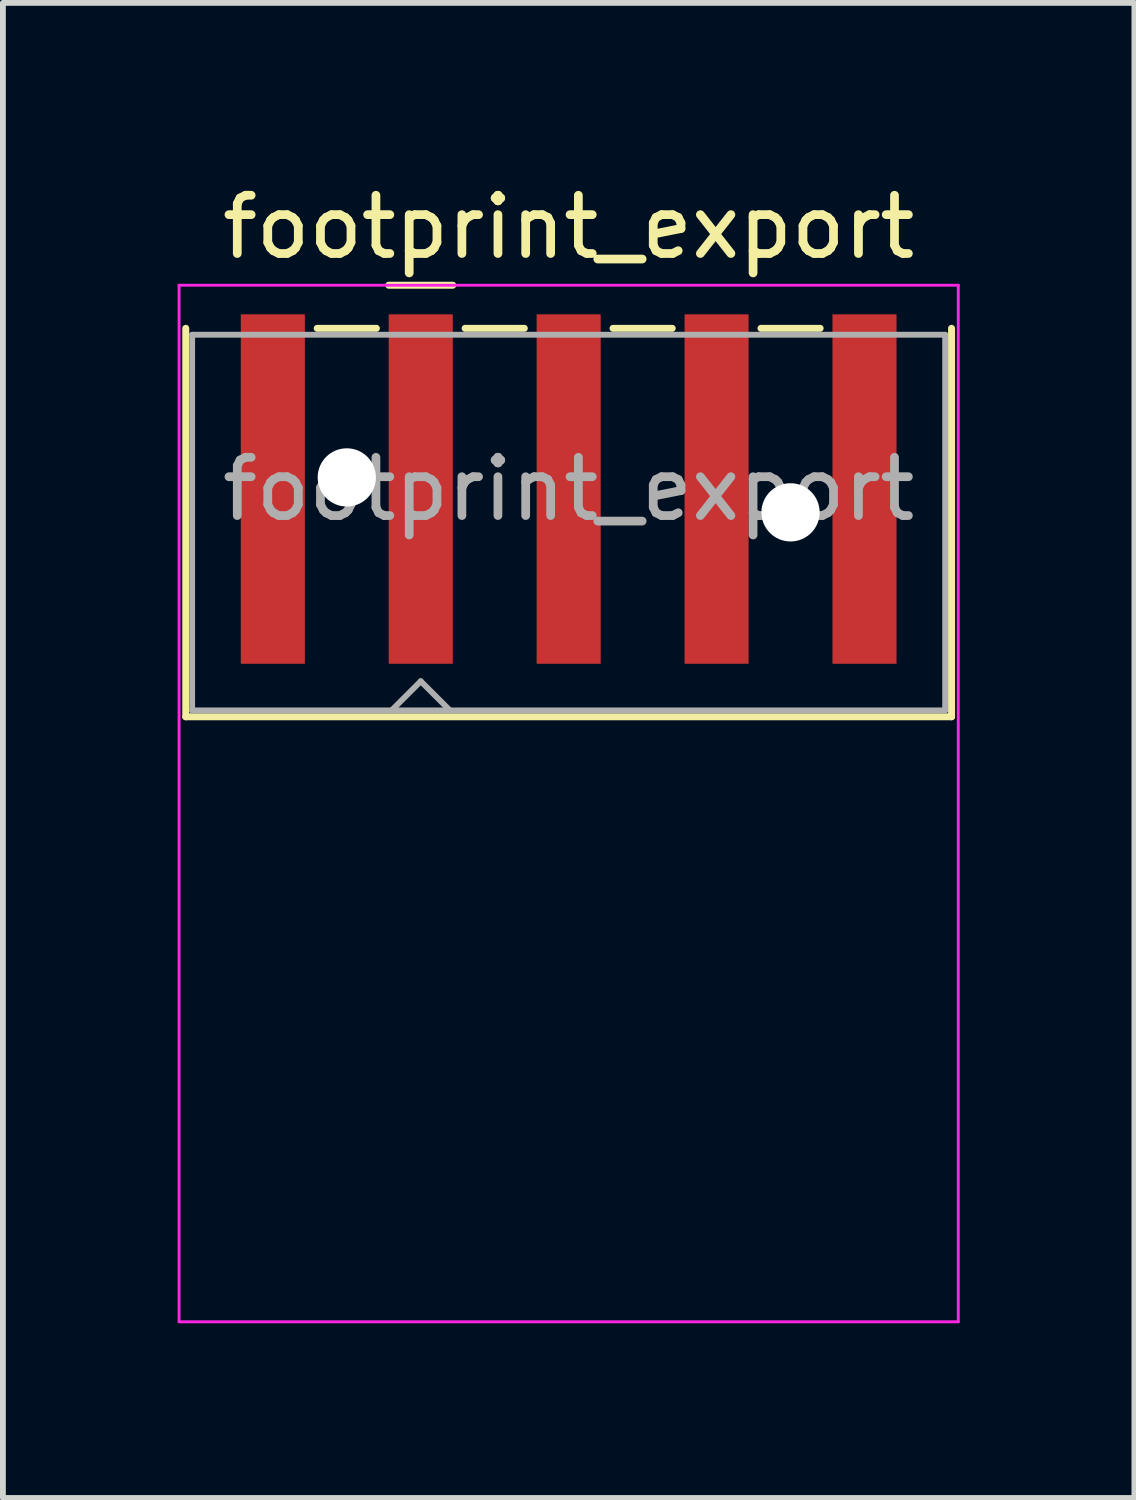
<source format=kicad_pcb>
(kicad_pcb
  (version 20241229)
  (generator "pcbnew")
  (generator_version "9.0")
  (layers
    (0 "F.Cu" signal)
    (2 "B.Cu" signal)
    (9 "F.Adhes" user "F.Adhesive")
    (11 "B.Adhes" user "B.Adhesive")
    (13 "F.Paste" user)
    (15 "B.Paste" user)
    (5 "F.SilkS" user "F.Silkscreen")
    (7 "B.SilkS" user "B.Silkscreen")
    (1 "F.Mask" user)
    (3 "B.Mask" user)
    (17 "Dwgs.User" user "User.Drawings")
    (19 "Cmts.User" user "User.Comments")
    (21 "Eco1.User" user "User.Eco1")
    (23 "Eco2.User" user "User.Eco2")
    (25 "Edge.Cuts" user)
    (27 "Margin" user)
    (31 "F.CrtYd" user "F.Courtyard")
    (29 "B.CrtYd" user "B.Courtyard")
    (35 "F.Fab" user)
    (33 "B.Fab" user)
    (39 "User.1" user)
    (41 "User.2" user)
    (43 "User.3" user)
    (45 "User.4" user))
  (footprint "footprint_export"
    (layer "F.Cu")
    (at 6.715 6.648)
    (property "Reference" "footprint_export" (at 0 -5.8 0) (layer "F.SilkS") (effects (font (size 1 1) (thickness 0.15))))
    (attr smd)
    (fp_line (start -6.575 -4.06) (end -6.575 2.61) (stroke (width 0.12) (type solid)) (layer "F.SilkS"))
    (fp_line (start -4.318 -4.06) (end -3.302 -4.06) (stroke (width 0.12) (type solid)) (layer "F.SilkS"))
    (fp_line (start -3.09 -4.8) (end -1.99 -4.8) (stroke (width 0.12) (type solid)) (layer "F.SilkS"))
    (fp_line (start -1.778 -4.06) (end -0.762 -4.06) (stroke (width 0.12) (type solid)) (layer "F.SilkS"))
    (fp_line (start 0.762 -4.06) (end 1.778 -4.06) (stroke (width 0.12) (type solid)) (layer "F.SilkS"))
    (fp_line (start 3.302 -4.06) (end 4.318 -4.06) (stroke (width 0.12) (type solid)) (layer "F.SilkS"))
    (fp_line (start 6.575 -4.06) (end 6.575 2.61) (stroke (width 0.12) (type solid)) (layer "F.SilkS"))
    (fp_line (start 6.575 2.61) (end -6.575 2.61) (stroke (width 0.12) (type solid)) (layer "F.SilkS"))
    (fp_line (start -6.69 -4.8) (end -6.69 13) (stroke (width 0.05) (type solid)) (layer "F.CrtYd"))
    (fp_line (start -6.69 13) (end 6.69 13) (stroke (width 0.05) (type solid)) (layer "F.CrtYd"))
    (fp_line (start 6.69 -4.8) (end -6.69 -4.8) (stroke (width 0.05) (type solid)) (layer "F.CrtYd"))
    (fp_line (start 6.69 13) (end 6.69 -4.8) (stroke (width 0.05) (type solid)) (layer "F.CrtYd"))
    (fp_line (start -6.465 -3.95) (end -6.465 2.5) (stroke (width 0.1) (type solid)) (layer "F.Fab"))
    (fp_line (start -6.465 2.5) (end 6.465 2.5) (stroke (width 0.1) (type solid)) (layer "F.Fab"))
    (fp_line (start -3.04 2.5) (end -2.54 2) (stroke (width 0.1) (type solid)) (layer "F.Fab"))
    (fp_line (start -2.54 2) (end -2.04 2.5) (stroke (width 0.1) (type solid)) (layer "F.Fab"))
    (fp_line (start 6.465 -3.95) (end -6.465 -3.95) (stroke (width 0.1) (type solid)) (layer "F.Fab"))
    (fp_line (start 6.465 2.5) (end 6.465 -3.95) (stroke (width 0.1) (type solid)) (layer "F.Fab"))
    (fp_text user "${REFERENCE}" (at 0 -1.3 0) (layer "F.Fab") (effects (font (size 1 1) (thickness 0.15))))
    (pad "" np_thru_hole circle (at -3.81 -1.5) (size 1 1) (drill 1) (layers "*.Cu" "*.Mask"))
    (pad "" np_thru_hole circle (at 3.81 -0.9) (size 1 1) (drill 1) (layers "*.Cu" "*.Mask"))
    (pad "1" smd rect (at -2.54 -1.3) (size 1.1 6) (layers "F.Cu" "F.Mask" "F.Paste"))
    (pad "2" smd rect (at 0 -1.3) (size 1.1 6) (layers "F.Cu" "F.Mask" "F.Paste"))
    (pad "3" smd rect (at 2.54 -1.3) (size 1.1 6) (layers "F.Cu" "F.Mask" "F.Paste"))
    (pad "MP" smd rect (at -5.08 -1.3) (size 1.1 6) (layers "F.Cu" "F.Mask" "F.Paste"))
    (pad "MP" smd rect (at 5.08 -1.3) (size 1.1 6) (layers "F.Cu" "F.Mask" "F.Paste")))
  (gr_rect
    (start -3 -3)
    (end 16.43 22.673)
    (stroke (width 0.1) (type default))
    (fill no)
    (layer "Edge.Cuts")))
</source>
